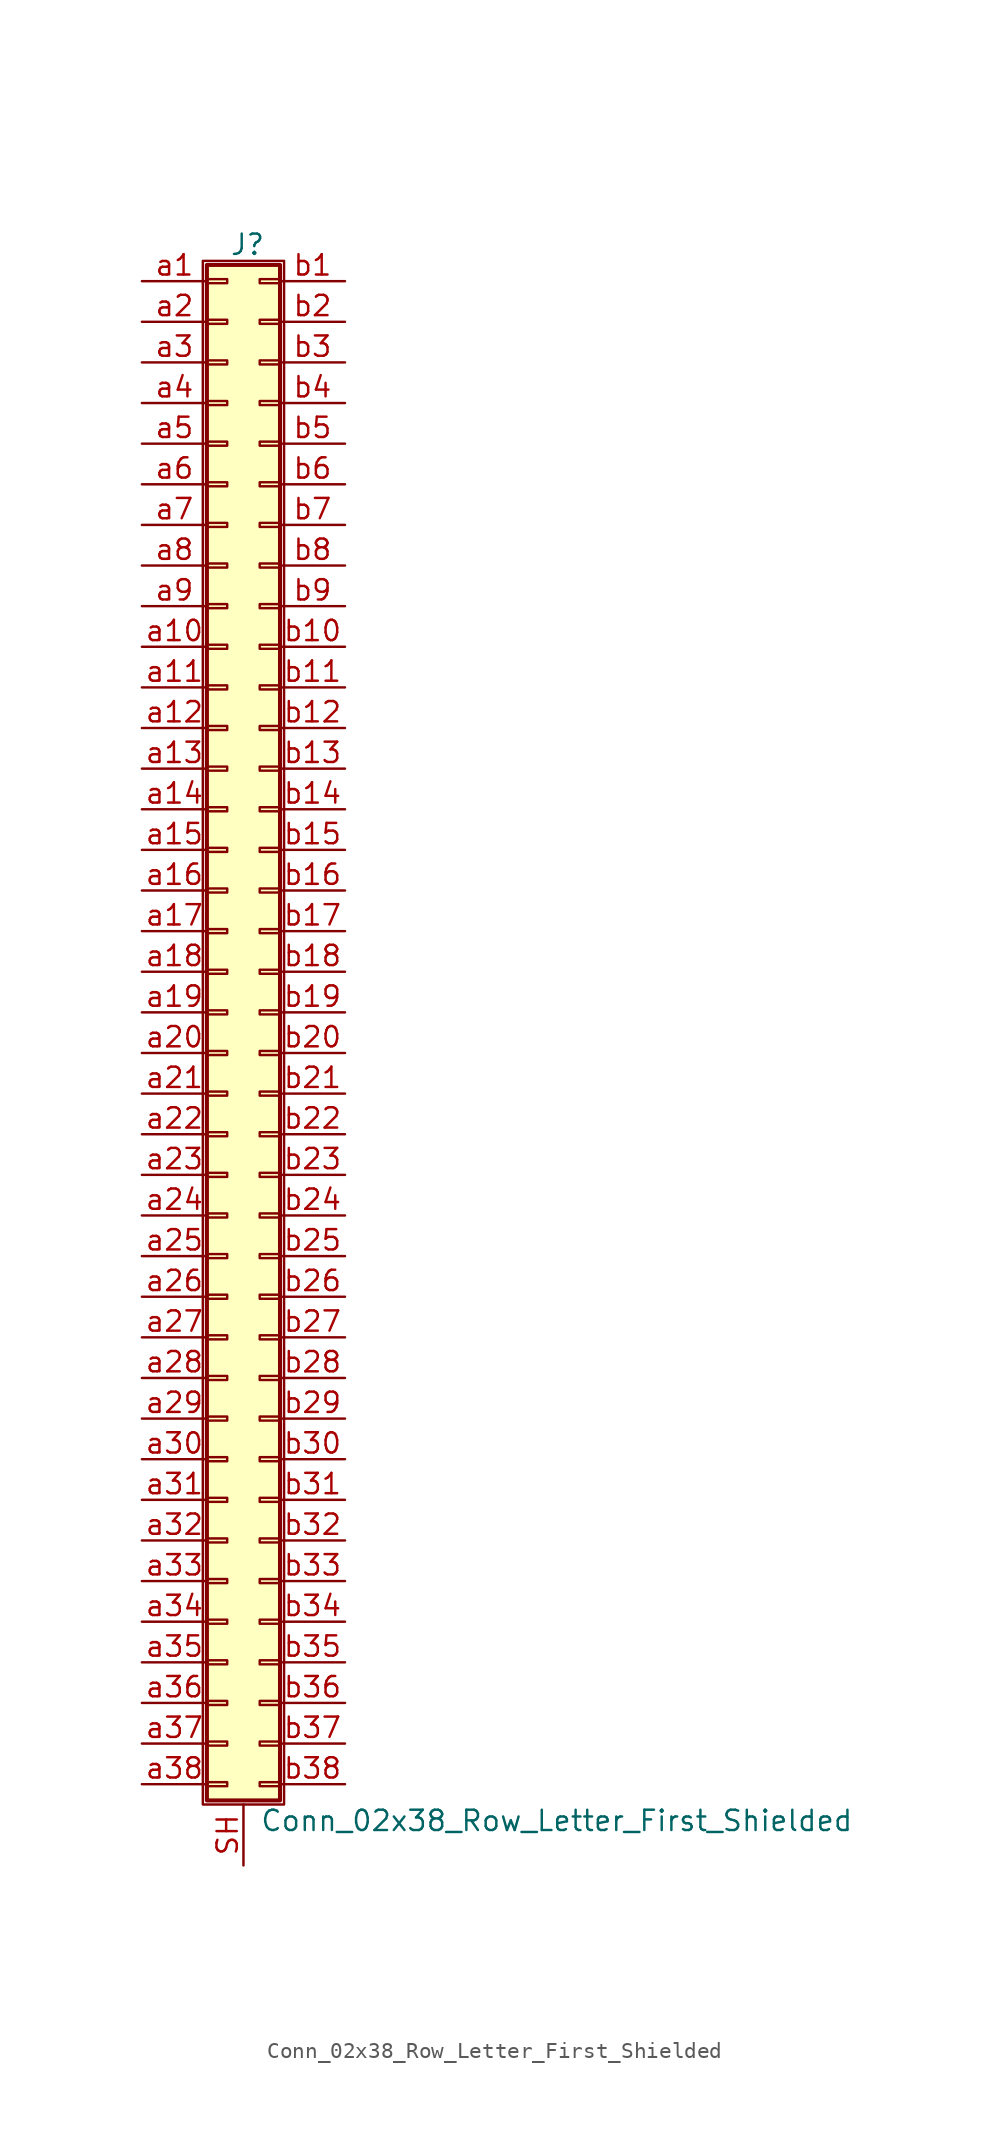
<source format=kicad_sym>
(kicad_symbol_lib
  (version 20201005)
  (generator kicad_symbol_editor)
  (symbol "Connector_Generic_Shielded:Conn_02x38_Row_Letter_First_Shielded"
    (pin_names
      (offset 1.016) hide)
    (property "Reference" "J"
      (at 1.524 48.006 0)
      (effects (font (size 1.27 1.27))))
    (property "Value" "Conn_02x38_Row_Letter_First_Shielded"
      (at 2.286 -50.546 0)
      (effects (font (size 1.27 1.27)) (justify left)))
    (symbol "Conn_02x38_Row_Letter_First_Shielded_1_1"
      (rectangle (start -1.016 -27.813) (end 0.254 -28.067) (stroke (width 0.152)) (fill (type none)))
      (rectangle (start -1.016 -30.353) (end 0.254 -30.607) (stroke (width 0.152)) (fill (type none)))
      (rectangle (start -1.016 -32.893) (end 0.254 -33.147) (stroke (width 0.152)) (fill (type none)))
      (rectangle (start -1.016 -35.433) (end 0.254 -35.687) (stroke (width 0.152)) (fill (type none)))
      (rectangle (start -1.016 -37.973) (end 0.254 -38.227) (stroke (width 0.152)) (fill (type none)))
      (rectangle (start -1.016 -40.513) (end 0.254 -40.767) (stroke (width 0.152)) (fill (type none)))
      (rectangle (start -1.016 -43.053) (end 0.254 -43.307) (stroke (width 0.152)) (fill (type none)))
      (rectangle (start -1.016 -45.593) (end 0.254 -45.847) (stroke (width 0.152)) (fill (type none)))
      (rectangle (start -1.016 -48.133) (end 0.254 -48.387) (stroke (width 0.152)) (fill (type none)))
      (rectangle (start -1.016 -4.953) (end 0.254 -5.207) (stroke (width 0.152)) (fill (type none)))
      (rectangle (start -1.016 -7.493) (end 0.254 -7.747) (stroke (width 0.152)) (fill (type none)))
      (rectangle (start -1.016 -10.033) (end 0.254 -10.287) (stroke (width 0.152)) (fill (type none)))
      (rectangle (start -1.016 -12.573) (end 0.254 -12.827) (stroke (width 0.152)) (fill (type none)))
      (rectangle (start -1.016 -15.113) (end 0.254 -15.367) (stroke (width 0.152)) (fill (type none)))
      (rectangle (start -1.016 -17.653) (end 0.254 -17.907) (stroke (width 0.152)) (fill (type none)))
      (rectangle (start -1.016 -20.193) (end 0.254 -20.447) (stroke (width 0.152)) (fill (type none)))
      (rectangle (start -1.016 -22.733) (end 0.254 -22.987) (stroke (width 0.152)) (fill (type none)))
      (rectangle (start -1.016 -2.413) (end 0.254 -2.667) (stroke (width 0.152)) (fill (type none)))
      (rectangle (start -1.016 -25.273) (end 0.254 -25.527) (stroke (width 0.152)) (fill (type none)))
      (rectangle (start -1.016 25.527) (end 0.254 25.273) (stroke (width 0.152)) (fill (type none)))
      (rectangle (start -1.016 2.667) (end 0.254 2.413) (stroke (width 0.152)) (fill (type none)))
      (rectangle (start -1.016 28.067) (end 0.254 27.813) (stroke (width 0.152)) (fill (type none)))
      (rectangle (start -1.016 30.607) (end 0.254 30.353) (stroke (width 0.152)) (fill (type none)))
      (rectangle (start -1.016 33.147) (end 0.254 32.893) (stroke (width 0.152)) (fill (type none)))
      (rectangle (start -1.016 35.687) (end 0.254 35.433) (stroke (width 0.152)) (fill (type none)))
      (rectangle (start -1.016 38.227) (end 0.254 37.973) (stroke (width 0.152)) (fill (type none)))
      (rectangle (start -1.016 40.767) (end 0.254 40.513) (stroke (width 0.152)) (fill (type none)))
      (rectangle (start -1.016 43.307) (end 0.254 43.053) (stroke (width 0.152)) (fill (type none)))
      (rectangle (start -1.016 45.847) (end 0.254 45.593) (stroke (width 0.152)) (fill (type none)))
      (rectangle (start -1.016 46.736) (end 3.556 -49.276) (stroke (width 0.254)) (fill (type background)))
      (rectangle (start -1.016 5.207) (end 0.254 4.953) (stroke (width 0.152)) (fill (type none)))
      (rectangle (start -1.016 7.747) (end 0.254 7.493) (stroke (width 0.152)) (fill (type none)))
      (rectangle (start -1.016 10.287) (end 0.254 10.033) (stroke (width 0.152)) (fill (type none)))
      (rectangle (start -1.016 0.127) (end 0.254 -0.127) (stroke (width 0.152)) (fill (type none)))
      (rectangle (start -1.016 12.827) (end 0.254 12.573) (stroke (width 0.152)) (fill (type none)))
      (rectangle (start -1.016 15.367) (end 0.254 15.113) (stroke (width 0.152)) (fill (type none)))
      (rectangle (start -1.016 17.907) (end 0.254 17.653) (stroke (width 0.152)) (fill (type none)))
      (rectangle (start -1.016 20.447) (end 0.254 20.193) (stroke (width 0.152)) (fill (type none)))
      (rectangle (start -1.016 22.987) (end 0.254 22.733) (stroke (width 0.152)) (fill (type none)))
      (rectangle (start -1.27 46.99) (end 3.81 -49.53) (stroke (width 0.152)) (fill (type none)))
      (rectangle (start 3.556 -27.813) (end 2.286 -28.067) (stroke (width 0.152)) (fill (type none)))
      (rectangle (start 3.556 -30.353) (end 2.286 -30.607) (stroke (width 0.152)) (fill (type none)))
      (rectangle (start 3.556 -32.893) (end 2.286 -33.147) (stroke (width 0.152)) (fill (type none)))
      (rectangle (start 3.556 -35.433) (end 2.286 -35.687) (stroke (width 0.152)) (fill (type none)))
      (rectangle (start 3.556 -37.973) (end 2.286 -38.227) (stroke (width 0.152)) (fill (type none)))
      (rectangle (start 3.556 -40.513) (end 2.286 -40.767) (stroke (width 0.152)) (fill (type none)))
      (rectangle (start 3.556 -43.053) (end 2.286 -43.307) (stroke (width 0.152)) (fill (type none)))
      (rectangle (start 3.556 -45.593) (end 2.286 -45.847) (stroke (width 0.152)) (fill (type none)))
      (rectangle (start 3.556 -48.133) (end 2.286 -48.387) (stroke (width 0.152)) (fill (type none)))
      (rectangle (start 3.556 -4.953) (end 2.286 -5.207) (stroke (width 0.152)) (fill (type none)))
      (rectangle (start 3.556 -7.493) (end 2.286 -7.747) (stroke (width 0.152)) (fill (type none)))
      (rectangle (start 3.556 -10.033) (end 2.286 -10.287) (stroke (width 0.152)) (fill (type none)))
      (rectangle (start 3.556 -12.573) (end 2.286 -12.827) (stroke (width 0.152)) (fill (type none)))
      (rectangle (start 3.556 -15.113) (end 2.286 -15.367) (stroke (width 0.152)) (fill (type none)))
      (rectangle (start 3.556 -17.653) (end 2.286 -17.907) (stroke (width 0.152)) (fill (type none)))
      (rectangle (start 3.556 -20.193) (end 2.286 -20.447) (stroke (width 0.152)) (fill (type none)))
      (rectangle (start 3.556 -22.733) (end 2.286 -22.987) (stroke (width 0.152)) (fill (type none)))
      (rectangle (start 3.556 -2.413) (end 2.286 -2.667) (stroke (width 0.152)) (fill (type none)))
      (rectangle (start 3.556 -25.273) (end 2.286 -25.527) (stroke (width 0.152)) (fill (type none)))
      (rectangle (start 3.556 25.527) (end 2.286 25.273) (stroke (width 0.152)) (fill (type none)))
      (rectangle (start 3.556 2.667) (end 2.286 2.413) (stroke (width 0.152)) (fill (type none)))
      (rectangle (start 3.556 28.067) (end 2.286 27.813) (stroke (width 0.152)) (fill (type none)))
      (rectangle (start 3.556 30.607) (end 2.286 30.353) (stroke (width 0.152)) (fill (type none)))
      (rectangle (start 3.556 33.147) (end 2.286 32.893) (stroke (width 0.152)) (fill (type none)))
      (rectangle (start 3.556 35.687) (end 2.286 35.433) (stroke (width 0.152)) (fill (type none)))
      (rectangle (start 3.556 38.227) (end 2.286 37.973) (stroke (width 0.152)) (fill (type none)))
      (rectangle (start 3.556 40.767) (end 2.286 40.513) (stroke (width 0.152)) (fill (type none)))
      (rectangle (start 3.556 43.307) (end 2.286 43.053) (stroke (width 0.152)) (fill (type none)))
      (rectangle (start 3.556 45.847) (end 2.286 45.593) (stroke (width 0.152)) (fill (type none)))
      (rectangle (start 3.556 5.207) (end 2.286 4.953) (stroke (width 0.152)) (fill (type none)))
      (rectangle (start 3.556 7.747) (end 2.286 7.493) (stroke (width 0.152)) (fill (type none)))
      (rectangle (start 3.556 10.287) (end 2.286 10.033) (stroke (width 0.152)) (fill (type none)))
      (rectangle (start 3.556 0.127) (end 2.286 -0.127) (stroke (width 0.152)) (fill (type none)))
      (rectangle (start 3.556 12.827) (end 2.286 12.573) (stroke (width 0.152)) (fill (type none)))
      (rectangle (start 3.556 15.367) (end 2.286 15.113) (stroke (width 0.152)) (fill (type none)))
      (rectangle (start 3.556 17.907) (end 2.286 17.653) (stroke (width 0.152)) (fill (type none)))
      (rectangle (start 3.556 20.447) (end 2.286 20.193) (stroke (width 0.152)) (fill (type none)))
      (rectangle (start 3.556 22.987) (end 2.286 22.733) (stroke (width 0.152)) (fill (type none)))
      (pin passive line (at -5.08 45.72 0) (length 4.064) (name "Pin_a1" (effects (font (size 1.27 1.27)))) (number "a1" (effects (font (size 1.27 1.27)))))
      (pin passive line (at -5.08 22.86 0) (length 4.064) (name "Pin_a10" (effects (font (size 1.27 1.27)))) (number "a10" (effects (font (size 1.27 1.27)))))
      (pin passive line (at -5.08 20.32 0) (length 4.064) (name "Pin_a11" (effects (font (size 1.27 1.27)))) (number "a11" (effects (font (size 1.27 1.27)))))
      (pin passive line (at -5.08 17.78 0) (length 4.064) (name "Pin_a12" (effects (font (size 1.27 1.27)))) (number "a12" (effects (font (size 1.27 1.27)))))
      (pin passive line (at -5.08 15.24 0) (length 4.064) (name "Pin_a13" (effects (font (size 1.27 1.27)))) (number "a13" (effects (font (size 1.27 1.27)))))
      (pin passive line (at -5.08 12.7 0) (length 4.064) (name "Pin_a14" (effects (font (size 1.27 1.27)))) (number "a14" (effects (font (size 1.27 1.27)))))
      (pin passive line (at -5.08 10.16 0) (length 4.064) (name "Pin_a15" (effects (font (size 1.27 1.27)))) (number "a15" (effects (font (size 1.27 1.27)))))
      (pin passive line (at -5.08 7.62 0) (length 4.064) (name "Pin_a16" (effects (font (size 1.27 1.27)))) (number "a16" (effects (font (size 1.27 1.27)))))
      (pin passive line (at -5.08 5.08 0) (length 4.064) (name "Pin_a17" (effects (font (size 1.27 1.27)))) (number "a17" (effects (font (size 1.27 1.27)))))
      (pin passive line (at -5.08 2.54 0) (length 4.064) (name "Pin_a18" (effects (font (size 1.27 1.27)))) (number "a18" (effects (font (size 1.27 1.27)))))
      (pin passive line (at -5.08 0 0) (length 4.064) (name "Pin_a19" (effects (font (size 1.27 1.27)))) (number "a19" (effects (font (size 1.27 1.27)))))
      (pin passive line (at -5.08 43.18 0) (length 4.064) (name "Pin_a2" (effects (font (size 1.27 1.27)))) (number "a2" (effects (font (size 1.27 1.27)))))
      (pin passive line (at -5.08 -2.54 0) (length 4.064) (name "Pin_a20" (effects (font (size 1.27 1.27)))) (number "a20" (effects (font (size 1.27 1.27)))))
      (pin passive line (at -5.08 -5.08 0) (length 4.064) (name "Pin_a21" (effects (font (size 1.27 1.27)))) (number "a21" (effects (font (size 1.27 1.27)))))
      (pin passive line (at -5.08 -7.62 0) (length 4.064) (name "Pin_a22" (effects (font (size 1.27 1.27)))) (number "a22" (effects (font (size 1.27 1.27)))))
      (pin passive line (at -5.08 -10.16 0) (length 4.064) (name "Pin_a23" (effects (font (size 1.27 1.27)))) (number "a23" (effects (font (size 1.27 1.27)))))
      (pin passive line (at -5.08 -12.7 0) (length 4.064) (name "Pin_a24" (effects (font (size 1.27 1.27)))) (number "a24" (effects (font (size 1.27 1.27)))))
      (pin passive line (at -5.08 -15.24 0) (length 4.064) (name "Pin_a25" (effects (font (size 1.27 1.27)))) (number "a25" (effects (font (size 1.27 1.27)))))
      (pin passive line (at -5.08 -17.78 0) (length 4.064) (name "Pin_a26" (effects (font (size 1.27 1.27)))) (number "a26" (effects (font (size 1.27 1.27)))))
      (pin passive line (at -5.08 -20.32 0) (length 4.064) (name "Pin_a27" (effects (font (size 1.27 1.27)))) (number "a27" (effects (font (size 1.27 1.27)))))
      (pin passive line (at -5.08 -22.86 0) (length 4.064) (name "Pin_a28" (effects (font (size 1.27 1.27)))) (number "a28" (effects (font (size 1.27 1.27)))))
      (pin passive line (at -5.08 -25.4 0) (length 4.064) (name "Pin_a29" (effects (font (size 1.27 1.27)))) (number "a29" (effects (font (size 1.27 1.27)))))
      (pin passive line (at -5.08 40.64 0) (length 4.064) (name "Pin_a3" (effects (font (size 1.27 1.27)))) (number "a3" (effects (font (size 1.27 1.27)))))
      (pin passive line (at -5.08 -27.94 0) (length 4.064) (name "Pin_a30" (effects (font (size 1.27 1.27)))) (number "a30" (effects (font (size 1.27 1.27)))))
      (pin passive line (at -5.08 -30.48 0) (length 4.064) (name "Pin_a31" (effects (font (size 1.27 1.27)))) (number "a31" (effects (font (size 1.27 1.27)))))
      (pin passive line (at -5.08 -33.02 0) (length 4.064) (name "Pin_a32" (effects (font (size 1.27 1.27)))) (number "a32" (effects (font (size 1.27 1.27)))))
      (pin passive line (at -5.08 -35.56 0) (length 4.064) (name "Pin_a33" (effects (font (size 1.27 1.27)))) (number "a33" (effects (font (size 1.27 1.27)))))
      (pin passive line (at -5.08 -38.1 0) (length 4.064) (name "Pin_a34" (effects (font (size 1.27 1.27)))) (number "a34" (effects (font (size 1.27 1.27)))))
      (pin passive line (at -5.08 -40.64 0) (length 4.064) (name "Pin_a35" (effects (font (size 1.27 1.27)))) (number "a35" (effects (font (size 1.27 1.27)))))
      (pin passive line (at -5.08 -43.18 0) (length 4.064) (name "Pin_a36" (effects (font (size 1.27 1.27)))) (number "a36" (effects (font (size 1.27 1.27)))))
      (pin passive line (at -5.08 -45.72 0) (length 4.064) (name "Pin_a37" (effects (font (size 1.27 1.27)))) (number "a37" (effects (font (size 1.27 1.27)))))
      (pin passive line (at -5.08 -48.26 0) (length 4.064) (name "Pin_a38" (effects (font (size 1.27 1.27)))) (number "a38" (effects (font (size 1.27 1.27)))))
      (pin passive line (at -5.08 38.1 0) (length 4.064) (name "Pin_a4" (effects (font (size 1.27 1.27)))) (number "a4" (effects (font (size 1.27 1.27)))))
      (pin passive line (at -5.08 35.56 0) (length 4.064) (name "Pin_a5" (effects (font (size 1.27 1.27)))) (number "a5" (effects (font (size 1.27 1.27)))))
      (pin passive line (at -5.08 33.02 0) (length 4.064) (name "Pin_a6" (effects (font (size 1.27 1.27)))) (number "a6" (effects (font (size 1.27 1.27)))))
      (pin passive line (at -5.08 30.48 0) (length 4.064) (name "Pin_a7" (effects (font (size 1.27 1.27)))) (number "a7" (effects (font (size 1.27 1.27)))))
      (pin passive line (at -5.08 27.94 0) (length 4.064) (name "Pin_a8" (effects (font (size 1.27 1.27)))) (number "a8" (effects (font (size 1.27 1.27)))))
      (pin passive line (at -5.08 25.4 0) (length 4.064) (name "Pin_a9" (effects (font (size 1.27 1.27)))) (number "a9" (effects (font (size 1.27 1.27)))))
      (pin passive line (at 7.62 45.72 180) (length 4.064) (name "Pin_b1" (effects (font (size 1.27 1.27)))) (number "b1" (effects (font (size 1.27 1.27)))))
      (pin passive line (at 7.62 22.86 180) (length 4.064) (name "Pin_b10" (effects (font (size 1.27 1.27)))) (number "b10" (effects (font (size 1.27 1.27)))))
      (pin passive line (at 7.62 20.32 180) (length 4.064) (name "Pin_b11" (effects (font (size 1.27 1.27)))) (number "b11" (effects (font (size 1.27 1.27)))))
      (pin passive line (at 7.62 17.78 180) (length 4.064) (name "Pin_b12" (effects (font (size 1.27 1.27)))) (number "b12" (effects (font (size 1.27 1.27)))))
      (pin passive line (at 7.62 15.24 180) (length 4.064) (name "Pin_b13" (effects (font (size 1.27 1.27)))) (number "b13" (effects (font (size 1.27 1.27)))))
      (pin passive line (at 7.62 12.7 180) (length 4.064) (name "Pin_b14" (effects (font (size 1.27 1.27)))) (number "b14" (effects (font (size 1.27 1.27)))))
      (pin passive line (at 7.62 10.16 180) (length 4.064) (name "Pin_b15" (effects (font (size 1.27 1.27)))) (number "b15" (effects (font (size 1.27 1.27)))))
      (pin passive line (at 7.62 7.62 180) (length 4.064) (name "Pin_b16" (effects (font (size 1.27 1.27)))) (number "b16" (effects (font (size 1.27 1.27)))))
      (pin passive line (at 7.62 5.08 180) (length 4.064) (name "Pin_b17" (effects (font (size 1.27 1.27)))) (number "b17" (effects (font (size 1.27 1.27)))))
      (pin passive line (at 7.62 2.54 180) (length 4.064) (name "Pin_b18" (effects (font (size 1.27 1.27)))) (number "b18" (effects (font (size 1.27 1.27)))))
      (pin passive line (at 7.62 0 180) (length 4.064) (name "Pin_b19" (effects (font (size 1.27 1.27)))) (number "b19" (effects (font (size 1.27 1.27)))))
      (pin passive line (at 7.62 43.18 180) (length 4.064) (name "Pin_b2" (effects (font (size 1.27 1.27)))) (number "b2" (effects (font (size 1.27 1.27)))))
      (pin passive line (at 7.62 -2.54 180) (length 4.064) (name "Pin_b20" (effects (font (size 1.27 1.27)))) (number "b20" (effects (font (size 1.27 1.27)))))
      (pin passive line (at 7.62 -5.08 180) (length 4.064) (name "Pin_b21" (effects (font (size 1.27 1.27)))) (number "b21" (effects (font (size 1.27 1.27)))))
      (pin passive line (at 7.62 -7.62 180) (length 4.064) (name "Pin_b22" (effects (font (size 1.27 1.27)))) (number "b22" (effects (font (size 1.27 1.27)))))
      (pin passive line (at 7.62 -10.16 180) (length 4.064) (name "Pin_b23" (effects (font (size 1.27 1.27)))) (number "b23" (effects (font (size 1.27 1.27)))))
      (pin passive line (at 7.62 -12.7 180) (length 4.064) (name "Pin_b24" (effects (font (size 1.27 1.27)))) (number "b24" (effects (font (size 1.27 1.27)))))
      (pin passive line (at 7.62 -15.24 180) (length 4.064) (name "Pin_b25" (effects (font (size 1.27 1.27)))) (number "b25" (effects (font (size 1.27 1.27)))))
      (pin passive line (at 7.62 -17.78 180) (length 4.064) (name "Pin_b26" (effects (font (size 1.27 1.27)))) (number "b26" (effects (font (size 1.27 1.27)))))
      (pin passive line (at 7.62 -20.32 180) (length 4.064) (name "Pin_b27" (effects (font (size 1.27 1.27)))) (number "b27" (effects (font (size 1.27 1.27)))))
      (pin passive line (at 7.62 -22.86 180) (length 4.064) (name "Pin_b28" (effects (font (size 1.27 1.27)))) (number "b28" (effects (font (size 1.27 1.27)))))
      (pin passive line (at 7.62 -25.4 180) (length 4.064) (name "Pin_b29" (effects (font (size 1.27 1.27)))) (number "b29" (effects (font (size 1.27 1.27)))))
      (pin passive line (at 7.62 40.64 180) (length 4.064) (name "Pin_b3" (effects (font (size 1.27 1.27)))) (number "b3" (effects (font (size 1.27 1.27)))))
      (pin passive line (at 7.62 -27.94 180) (length 4.064) (name "Pin_b30" (effects (font (size 1.27 1.27)))) (number "b30" (effects (font (size 1.27 1.27)))))
      (pin passive line (at 7.62 -30.48 180) (length 4.064) (name "Pin_b31" (effects (font (size 1.27 1.27)))) (number "b31" (effects (font (size 1.27 1.27)))))
      (pin passive line (at 7.62 -33.02 180) (length 4.064) (name "Pin_b32" (effects (font (size 1.27 1.27)))) (number "b32" (effects (font (size 1.27 1.27)))))
      (pin passive line (at 7.62 -35.56 180) (length 4.064) (name "Pin_b33" (effects (font (size 1.27 1.27)))) (number "b33" (effects (font (size 1.27 1.27)))))
      (pin passive line (at 7.62 -38.1 180) (length 4.064) (name "Pin_b34" (effects (font (size 1.27 1.27)))) (number "b34" (effects (font (size 1.27 1.27)))))
      (pin passive line (at 7.62 -40.64 180) (length 4.064) (name "Pin_b35" (effects (font (size 1.27 1.27)))) (number "b35" (effects (font (size 1.27 1.27)))))
      (pin passive line (at 7.62 -43.18 180) (length 4.064) (name "Pin_b36" (effects (font (size 1.27 1.27)))) (number "b36" (effects (font (size 1.27 1.27)))))
      (pin passive line (at 7.62 -45.72 180) (length 4.064) (name "Pin_b37" (effects (font (size 1.27 1.27)))) (number "b37" (effects (font (size 1.27 1.27)))))
      (pin passive line (at 7.62 -48.26 180) (length 4.064) (name "Pin_b38" (effects (font (size 1.27 1.27)))) (number "b38" (effects (font (size 1.27 1.27)))))
      (pin passive line (at 7.62 38.1 180) (length 4.064) (name "Pin_b4" (effects (font (size 1.27 1.27)))) (number "b4" (effects (font (size 1.27 1.27)))))
      (pin passive line (at 7.62 35.56 180) (length 4.064) (name "Pin_b5" (effects (font (size 1.27 1.27)))) (number "b5" (effects (font (size 1.27 1.27)))))
      (pin passive line (at 7.62 33.02 180) (length 4.064) (name "Pin_b6" (effects (font (size 1.27 1.27)))) (number "b6" (effects (font (size 1.27 1.27)))))
      (pin passive line (at 7.62 30.48 180) (length 4.064) (name "Pin_b7" (effects (font (size 1.27 1.27)))) (number "b7" (effects (font (size 1.27 1.27)))))
      (pin passive line (at 7.62 27.94 180) (length 4.064) (name "Pin_b8" (effects (font (size 1.27 1.27)))) (number "b8" (effects (font (size 1.27 1.27)))))
      (pin passive line (at 7.62 25.4 180) (length 4.064) (name "Pin_b9" (effects (font (size 1.27 1.27)))) (number "b9" (effects (font (size 1.27 1.27)))))
      (pin passive line (at 1.27 -53.34 90) (length 3.81) (name "Shield" (effects (font (size 1.27 1.27)))) (number "SH" (effects (font (size 1.27 1.27))))))))
</source>
